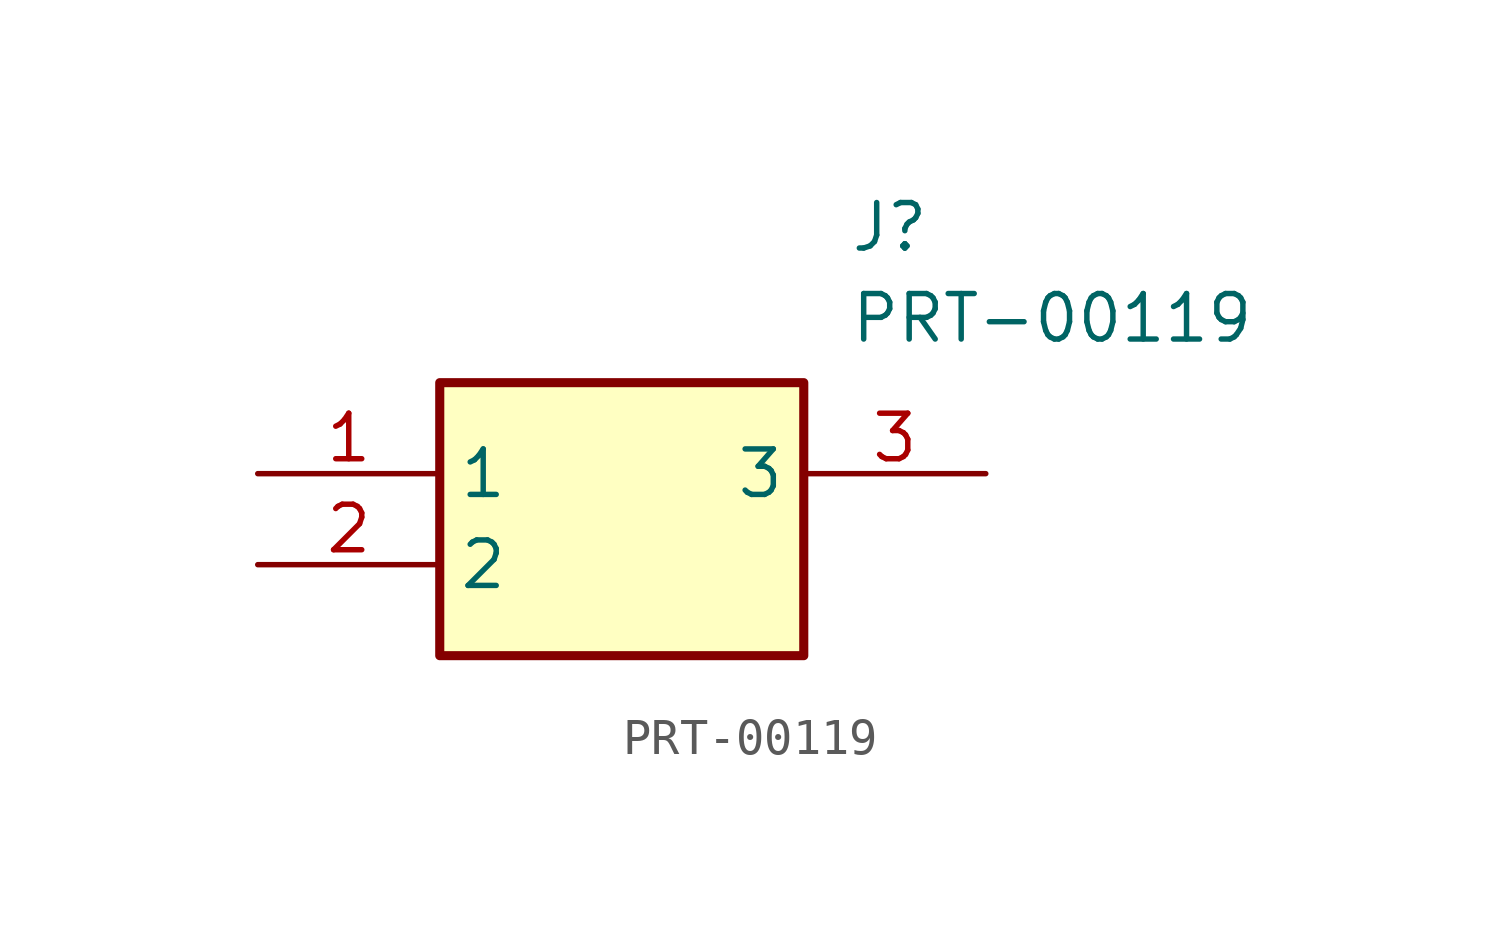
<source format=kicad_sym>
(kicad_symbol_lib
  (version 20211014)
  (generator SamacSys_ECAD_Model)
  (symbol "PRT-00119"
    (property "Reference" "J"
      (at 16.51 7.62 0)
      (effects (font (size 1.27 1.27)) (justify left top)))
    (property "Value" "PRT-00119"
      (at 16.51 5.08 0)
      (effects (font (size 1.27 1.27)) (justify left top)))
    (rectangle
      (start 5.08 2.54)
      (end 15.24 -5.08)
      (stroke (width 0.254) (type default))
      (fill (type background)))
    (pin passive line
      (at 0 0 0)
      (length 5.08)
      (name "1" (effects (font (size 1.27 1.27))))
      (number "1" (effects (font (size 1.27 1.27)))))
    (pin passive line
      (at 0 -2.54 0)
      (length 5.08)
      (name "2" (effects (font (size 1.27 1.27))))
      (number "2" (effects (font (size 1.27 1.27)))))
    (pin passive line
      (at 20.32 0 180)
      (length 5.08)
      (name "3" (effects (font (size 1.27 1.27))))
      (number "3" (effects (font (size 1.27 1.27)))))))
</source>
